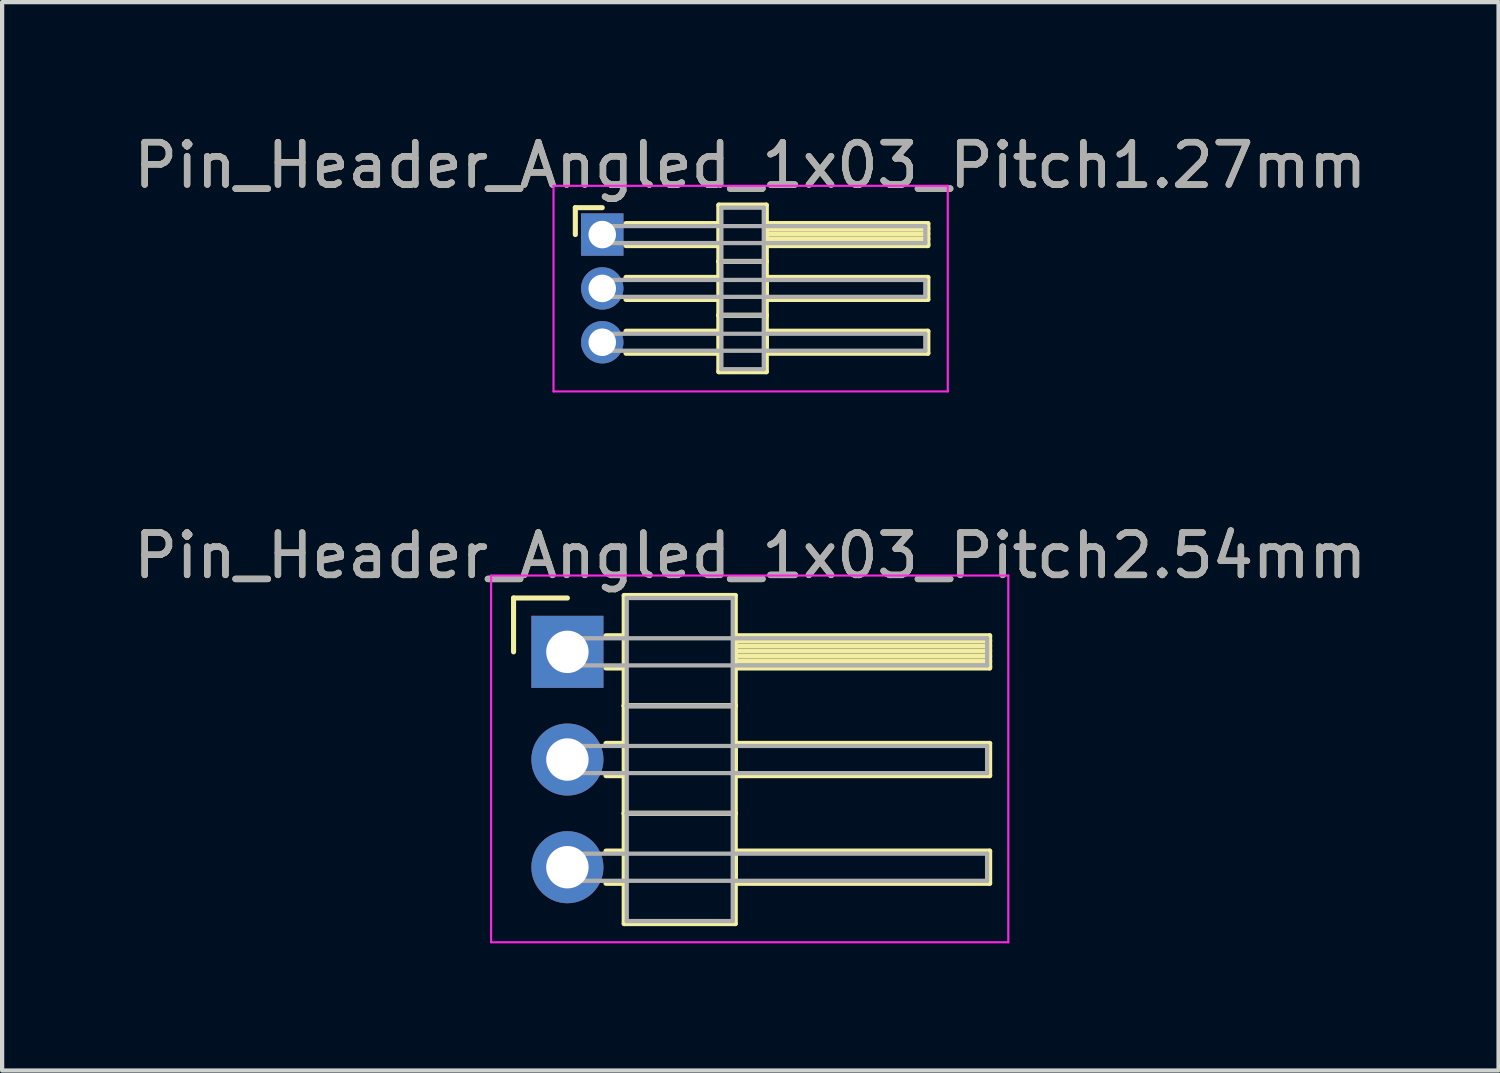
<source format=kicad_pcb>
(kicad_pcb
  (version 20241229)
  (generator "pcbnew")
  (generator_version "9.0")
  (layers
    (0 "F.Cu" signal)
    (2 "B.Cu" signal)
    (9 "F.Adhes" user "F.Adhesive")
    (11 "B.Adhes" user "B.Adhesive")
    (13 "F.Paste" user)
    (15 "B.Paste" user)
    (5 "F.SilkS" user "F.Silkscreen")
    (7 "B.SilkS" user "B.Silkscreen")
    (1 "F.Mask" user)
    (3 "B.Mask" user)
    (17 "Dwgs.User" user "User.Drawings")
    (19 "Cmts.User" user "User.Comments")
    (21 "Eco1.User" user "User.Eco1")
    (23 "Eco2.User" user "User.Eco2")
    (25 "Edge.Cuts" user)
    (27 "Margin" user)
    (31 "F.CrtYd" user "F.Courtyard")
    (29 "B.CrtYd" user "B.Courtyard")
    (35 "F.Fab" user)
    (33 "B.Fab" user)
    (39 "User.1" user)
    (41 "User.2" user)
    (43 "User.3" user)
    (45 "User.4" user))
  (footprint "Pin_Header_Angled_1x03_Pitch2.54mm"
    (layer "F.Cu")
    (at 10.334 12.326)
    (property "Reference" "Pin_Header_Angled_1x03_Pitch2.54mm" (at 4.315 -2.27 0) (layer "F.SilkS") (effects (font (size 1 1) (thickness 0.15))))
    (attr through_hole)
    (fp_line (start -1.27 -1.27) (end 0 -1.27) (stroke (width 0.12) (type solid)) (layer "F.SilkS"))
    (fp_line (start -1.27 0) (end -1.27 -1.27) (stroke (width 0.12) (type solid)) (layer "F.SilkS"))
    (fp_line (start 0.91 -0.38) (end 1.34 -0.38) (stroke (width 0.12) (type solid)) (layer "F.SilkS"))
    (fp_line (start 0.91 0.38) (end 1.34 0.38) (stroke (width 0.12) (type solid)) (layer "F.SilkS"))
    (fp_line (start 0.91 2.16) (end 1.34 2.16) (stroke (width 0.12) (type solid)) (layer "F.SilkS"))
    (fp_line (start 0.91 2.92) (end 1.34 2.92) (stroke (width 0.12) (type solid)) (layer "F.SilkS"))
    (fp_line (start 0.91 4.7) (end 1.34 4.7) (stroke (width 0.12) (type solid)) (layer "F.SilkS"))
    (fp_line (start 0.91 5.46) (end 1.34 5.46) (stroke (width 0.12) (type solid)) (layer "F.SilkS"))
    (fp_line (start 1.34 -1.33) (end 1.34 1.27) (stroke (width 0.12) (type solid)) (layer "F.SilkS"))
    (fp_line (start 1.34 1.27) (end 1.34 3.81) (stroke (width 0.12) (type solid)) (layer "F.SilkS"))
    (fp_line (start 1.34 1.27) (end 3.96 1.27) (stroke (width 0.12) (type solid)) (layer "F.SilkS"))
    (fp_line (start 1.34 3.81) (end 1.34 6.41) (stroke (width 0.12) (type solid)) (layer "F.SilkS"))
    (fp_line (start 1.34 3.81) (end 3.96 3.81) (stroke (width 0.12) (type solid)) (layer "F.SilkS"))
    (fp_line (start 1.34 6.41) (end 3.96 6.41) (stroke (width 0.12) (type solid)) (layer "F.SilkS"))
    (fp_line (start 3.96 -1.33) (end 1.34 -1.33) (stroke (width 0.12) (type solid)) (layer "F.SilkS"))
    (fp_line (start 3.96 -0.38) (end 3.96 0.38) (stroke (width 0.12) (type solid)) (layer "F.SilkS"))
    (fp_line (start 3.96 -0.26) (end 9.96 -0.26) (stroke (width 0.12) (type solid)) (layer "F.SilkS"))
    (fp_line (start 3.96 -0.14) (end 9.96 -0.14) (stroke (width 0.12) (type solid)) (layer "F.SilkS"))
    (fp_line (start 3.96 -0.02) (end 9.96 -0.02) (stroke (width 0.12) (type solid)) (layer "F.SilkS"))
    (fp_line (start 3.96 0.1) (end 9.96 0.1) (stroke (width 0.12) (type solid)) (layer "F.SilkS"))
    (fp_line (start 3.96 0.22) (end 9.96 0.22) (stroke (width 0.12) (type solid)) (layer "F.SilkS"))
    (fp_line (start 3.96 0.34) (end 9.96 0.34) (stroke (width 0.12) (type solid)) (layer "F.SilkS"))
    (fp_line (start 3.96 0.38) (end 9.96 0.38) (stroke (width 0.12) (type solid)) (layer "F.SilkS"))
    (fp_line (start 3.96 1.27) (end 1.34 1.27) (stroke (width 0.12) (type solid)) (layer "F.SilkS"))
    (fp_line (start 3.96 1.27) (end 3.96 -1.33) (stroke (width 0.12) (type solid)) (layer "F.SilkS"))
    (fp_line (start 3.96 2.16) (end 3.96 2.92) (stroke (width 0.12) (type solid)) (layer "F.SilkS"))
    (fp_line (start 3.96 2.92) (end 9.96 2.92) (stroke (width 0.12) (type solid)) (layer "F.SilkS"))
    (fp_line (start 3.96 3.81) (end 1.34 3.81) (stroke (width 0.12) (type solid)) (layer "F.SilkS"))
    (fp_line (start 3.96 3.81) (end 3.96 1.27) (stroke (width 0.12) (type solid)) (layer "F.SilkS"))
    (fp_line (start 3.96 4.7) (end 3.96 5.46) (stroke (width 0.12) (type solid)) (layer "F.SilkS"))
    (fp_line (start 3.96 5.46) (end 9.96 5.46) (stroke (width 0.12) (type solid)) (layer "F.SilkS"))
    (fp_line (start 3.96 6.41) (end 3.96 3.81) (stroke (width 0.12) (type solid)) (layer "F.SilkS"))
    (fp_line (start 9.96 -0.38) (end 3.96 -0.38) (stroke (width 0.12) (type solid)) (layer "F.SilkS"))
    (fp_line (start 9.96 0.38) (end 9.96 -0.38) (stroke (width 0.12) (type solid)) (layer "F.SilkS"))
    (fp_line (start 9.96 2.16) (end 3.96 2.16) (stroke (width 0.12) (type solid)) (layer "F.SilkS"))
    (fp_line (start 9.96 2.92) (end 9.96 2.16) (stroke (width 0.12) (type solid)) (layer "F.SilkS"))
    (fp_line (start 9.96 4.7) (end 3.96 4.7) (stroke (width 0.12) (type solid)) (layer "F.SilkS"))
    (fp_line (start 9.96 5.46) (end 9.96 4.7) (stroke (width 0.12) (type solid)) (layer "F.SilkS"))
    (fp_line (start -1.8 -1.8) (end -1.8 6.85) (stroke (width 0.05) (type solid)) (layer "F.CrtYd"))
    (fp_line (start -1.8 6.85) (end 10.4 6.85) (stroke (width 0.05) (type solid)) (layer "F.CrtYd"))
    (fp_line (start 10.4 -1.8) (end -1.8 -1.8) (stroke (width 0.05) (type solid)) (layer "F.CrtYd"))
    (fp_line (start 10.4 6.85) (end 10.4 -1.8) (stroke (width 0.05) (type solid)) (layer "F.CrtYd"))
    (fp_line (start 0 -0.32) (end 0 0.32) (stroke (width 0.1) (type solid)) (layer "F.Fab"))
    (fp_line (start 0 0.32) (end 9.9 0.32) (stroke (width 0.1) (type solid)) (layer "F.Fab"))
    (fp_line (start 0 2.22) (end 0 2.86) (stroke (width 0.1) (type solid)) (layer "F.Fab"))
    (fp_line (start 0 2.86) (end 9.9 2.86) (stroke (width 0.1) (type solid)) (layer "F.Fab"))
    (fp_line (start 0 4.76) (end 0 5.4) (stroke (width 0.1) (type solid)) (layer "F.Fab"))
    (fp_line (start 0 5.4) (end 9.9 5.4) (stroke (width 0.1) (type solid)) (layer "F.Fab"))
    (fp_line (start 1.4 -1.27) (end 1.4 1.27) (stroke (width 0.1) (type solid)) (layer "F.Fab"))
    (fp_line (start 1.4 1.27) (end 1.4 3.81) (stroke (width 0.1) (type solid)) (layer "F.Fab"))
    (fp_line (start 1.4 1.27) (end 3.9 1.27) (stroke (width 0.1) (type solid)) (layer "F.Fab"))
    (fp_line (start 1.4 3.81) (end 1.4 6.35) (stroke (width 0.1) (type solid)) (layer "F.Fab"))
    (fp_line (start 1.4 3.81) (end 3.9 3.81) (stroke (width 0.1) (type solid)) (layer "F.Fab"))
    (fp_line (start 1.4 6.35) (end 3.9 6.35) (stroke (width 0.1) (type solid)) (layer "F.Fab"))
    (fp_line (start 3.9 -1.27) (end 1.4 -1.27) (stroke (width 0.1) (type solid)) (layer "F.Fab"))
    (fp_line (start 3.9 1.27) (end 1.4 1.27) (stroke (width 0.1) (type solid)) (layer "F.Fab"))
    (fp_line (start 3.9 1.27) (end 3.9 -1.27) (stroke (width 0.1) (type solid)) (layer "F.Fab"))
    (fp_line (start 3.9 3.81) (end 1.4 3.81) (stroke (width 0.1) (type solid)) (layer "F.Fab"))
    (fp_line (start 3.9 3.81) (end 3.9 1.27) (stroke (width 0.1) (type solid)) (layer "F.Fab"))
    (fp_line (start 3.9 6.35) (end 3.9 3.81) (stroke (width 0.1) (type solid)) (layer "F.Fab"))
    (fp_line (start 9.9 -0.32) (end 0 -0.32) (stroke (width 0.1) (type solid)) (layer "F.Fab"))
    (fp_line (start 9.9 0.32) (end 9.9 -0.32) (stroke (width 0.1) (type solid)) (layer "F.Fab"))
    (fp_line (start 9.9 2.22) (end 0 2.22) (stroke (width 0.1) (type solid)) (layer "F.Fab"))
    (fp_line (start 9.9 2.86) (end 9.9 2.22) (stroke (width 0.1) (type solid)) (layer "F.Fab"))
    (fp_line (start 9.9 4.76) (end 0 4.76) (stroke (width 0.1) (type solid)) (layer "F.Fab"))
    (fp_line (start 9.9 5.4) (end 9.9 4.76) (stroke (width 0.1) (type solid)) (layer "F.Fab"))
    (fp_text user "${REFERENCE}" (at 4.315 -2.27 0) (layer "F.Fab") (effects (font (size 1 1) (thickness 0.15))))
    (pad "1" thru_hole rect (at 0 0) (size 1.7 1.7) (drill 1) (layers "*.Cu" "*.Mask"))
    (pad "2" thru_hole oval (at 0 2.54) (size 1.7 1.7) (drill 1) (layers "*.Cu" "*.Mask"))
    (pad "3" thru_hole oval (at 0 5.08) (size 1.7 1.7) (drill 1) (layers "*.Cu" "*.Mask")))
  (footprint "Pin_Header_Angled_1x03_Pitch1.27mm"
    (layer "F.Cu")
    (at 11.156 2.483)
    (property "Reference" "Pin_Header_Angled_1x03_Pitch1.27mm" (at 3.493 -1.635 0) (layer "F.SilkS") (effects (font (size 1 1) (thickness 0.15))))
    (attr through_hole)
    (fp_line (start -0.635 -0.635) (end 0 -0.635) (stroke (width 0.12) (type solid)) (layer "F.SilkS"))
    (fp_line (start -0.635 0) (end -0.635 -0.635) (stroke (width 0.12) (type solid)) (layer "F.SilkS"))
    (fp_line (start 0.56 -0.26) (end 2.75 -0.26) (stroke (width 0.12) (type solid)) (layer "F.SilkS"))
    (fp_line (start 0.56 0.26) (end 2.75 0.26) (stroke (width 0.12) (type solid)) (layer "F.SilkS"))
    (fp_line (start 0.56 1.01) (end 2.75 1.01) (stroke (width 0.12) (type solid)) (layer "F.SilkS"))
    (fp_line (start 0.56 1.53) (end 2.75 1.53) (stroke (width 0.12) (type solid)) (layer "F.SilkS"))
    (fp_line (start 0.56 2.28) (end 2.75 2.28) (stroke (width 0.12) (type solid)) (layer "F.SilkS"))
    (fp_line (start 0.56 2.8) (end 2.75 2.8) (stroke (width 0.12) (type solid)) (layer "F.SilkS"))
    (fp_line (start 2.75 -0.695) (end 2.75 0.635) (stroke (width 0.12) (type solid)) (layer "F.SilkS"))
    (fp_line (start 2.75 0.635) (end 2.75 1.905) (stroke (width 0.12) (type solid)) (layer "F.SilkS"))
    (fp_line (start 2.75 0.635) (end 3.87 0.635) (stroke (width 0.12) (type solid)) (layer "F.SilkS"))
    (fp_line (start 2.75 1.905) (end 2.75 3.235) (stroke (width 0.12) (type solid)) (layer "F.SilkS"))
    (fp_line (start 2.75 1.905) (end 3.87 1.905) (stroke (width 0.12) (type solid)) (layer "F.SilkS"))
    (fp_line (start 2.75 3.235) (end 3.87 3.235) (stroke (width 0.12) (type solid)) (layer "F.SilkS"))
    (fp_line (start 3.87 -0.695) (end 2.75 -0.695) (stroke (width 0.12) (type solid)) (layer "F.SilkS"))
    (fp_line (start 3.87 -0.26) (end 3.87 0.26) (stroke (width 0.12) (type solid)) (layer "F.SilkS"))
    (fp_line (start 3.87 -0.14) (end 7.68 -0.14) (stroke (width 0.12) (type solid)) (layer "F.SilkS"))
    (fp_line (start 3.87 -0.02) (end 7.68 -0.02) (stroke (width 0.12) (type solid)) (layer "F.SilkS"))
    (fp_line (start 3.87 0.1) (end 7.68 0.1) (stroke (width 0.12) (type solid)) (layer "F.SilkS"))
    (fp_line (start 3.87 0.22) (end 7.68 0.22) (stroke (width 0.12) (type solid)) (layer "F.SilkS"))
    (fp_line (start 3.87 0.26) (end 7.68 0.26) (stroke (width 0.12) (type solid)) (layer "F.SilkS"))
    (fp_line (start 3.87 0.635) (end 2.75 0.635) (stroke (width 0.12) (type solid)) (layer "F.SilkS"))
    (fp_line (start 3.87 0.635) (end 3.87 -0.695) (stroke (width 0.12) (type solid)) (layer "F.SilkS"))
    (fp_line (start 3.87 1.01) (end 3.87 1.53) (stroke (width 0.12) (type solid)) (layer "F.SilkS"))
    (fp_line (start 3.87 1.53) (end 7.68 1.53) (stroke (width 0.12) (type solid)) (layer "F.SilkS"))
    (fp_line (start 3.87 1.905) (end 2.75 1.905) (stroke (width 0.12) (type solid)) (layer "F.SilkS"))
    (fp_line (start 3.87 1.905) (end 3.87 0.635) (stroke (width 0.12) (type solid)) (layer "F.SilkS"))
    (fp_line (start 3.87 2.28) (end 3.87 2.8) (stroke (width 0.12) (type solid)) (layer "F.SilkS"))
    (fp_line (start 3.87 2.8) (end 7.68 2.8) (stroke (width 0.12) (type solid)) (layer "F.SilkS"))
    (fp_line (start 3.87 3.235) (end 3.87 1.905) (stroke (width 0.12) (type solid)) (layer "F.SilkS"))
    (fp_line (start 7.68 -0.26) (end 3.87 -0.26) (stroke (width 0.12) (type solid)) (layer "F.SilkS"))
    (fp_line (start 7.68 0.26) (end 7.68 -0.26) (stroke (width 0.12) (type solid)) (layer "F.SilkS"))
    (fp_line (start 7.68 1.01) (end 3.87 1.01) (stroke (width 0.12) (type solid)) (layer "F.SilkS"))
    (fp_line (start 7.68 1.53) (end 7.68 1.01) (stroke (width 0.12) (type solid)) (layer "F.SilkS"))
    (fp_line (start 7.68 2.28) (end 3.87 2.28) (stroke (width 0.12) (type solid)) (layer "F.SilkS"))
    (fp_line (start 7.68 2.8) (end 7.68 2.28) (stroke (width 0.12) (type solid)) (layer "F.SilkS"))
    (fp_line (start -1.15 -1.15) (end -1.15 3.7) (stroke (width 0.05) (type solid)) (layer "F.CrtYd"))
    (fp_line (start -1.15 3.7) (end 8.15 3.7) (stroke (width 0.05) (type solid)) (layer "F.CrtYd"))
    (fp_line (start 8.15 -1.15) (end -1.15 -1.15) (stroke (width 0.05) (type solid)) (layer "F.CrtYd"))
    (fp_line (start 8.15 3.7) (end 8.15 -1.15) (stroke (width 0.05) (type solid)) (layer "F.CrtYd"))
    (fp_line (start 0 -0.2) (end 0 0.2) (stroke (width 0.1) (type solid)) (layer "F.Fab"))
    (fp_line (start 0 0.2) (end 7.62 0.2) (stroke (width 0.1) (type solid)) (layer "F.Fab"))
    (fp_line (start 0 1.07) (end 0 1.47) (stroke (width 0.1) (type solid)) (layer "F.Fab"))
    (fp_line (start 0 1.47) (end 7.62 1.47) (stroke (width 0.1) (type solid)) (layer "F.Fab"))
    (fp_line (start 0 2.34) (end 0 2.74) (stroke (width 0.1) (type solid)) (layer "F.Fab"))
    (fp_line (start 0 2.74) (end 7.62 2.74) (stroke (width 0.1) (type solid)) (layer "F.Fab"))
    (fp_line (start 2.81 -0.635) (end 2.81 0.635) (stroke (width 0.1) (type solid)) (layer "F.Fab"))
    (fp_line (start 2.81 0.635) (end 2.81 1.905) (stroke (width 0.1) (type solid)) (layer "F.Fab"))
    (fp_line (start 2.81 0.635) (end 3.81 0.635) (stroke (width 0.1) (type solid)) (layer "F.Fab"))
    (fp_line (start 2.81 1.905) (end 2.81 3.175) (stroke (width 0.1) (type solid)) (layer "F.Fab"))
    (fp_line (start 2.81 1.905) (end 3.81 1.905) (stroke (width 0.1) (type solid)) (layer "F.Fab"))
    (fp_line (start 2.81 3.175) (end 3.81 3.175) (stroke (width 0.1) (type solid)) (layer "F.Fab"))
    (fp_line (start 3.81 -0.635) (end 2.81 -0.635) (stroke (width 0.1) (type solid)) (layer "F.Fab"))
    (fp_line (start 3.81 0.635) (end 2.81 0.635) (stroke (width 0.1) (type solid)) (layer "F.Fab"))
    (fp_line (start 3.81 0.635) (end 3.81 -0.635) (stroke (width 0.1) (type solid)) (layer "F.Fab"))
    (fp_line (start 3.81 1.905) (end 2.81 1.905) (stroke (width 0.1) (type solid)) (layer "F.Fab"))
    (fp_line (start 3.81 1.905) (end 3.81 0.635) (stroke (width 0.1) (type solid)) (layer "F.Fab"))
    (fp_line (start 3.81 3.175) (end 3.81 1.905) (stroke (width 0.1) (type solid)) (layer "F.Fab"))
    (fp_line (start 7.62 -0.2) (end 0 -0.2) (stroke (width 0.1) (type solid)) (layer "F.Fab"))
    (fp_line (start 7.62 0.2) (end 7.62 -0.2) (stroke (width 0.1) (type solid)) (layer "F.Fab"))
    (fp_line (start 7.62 1.07) (end 0 1.07) (stroke (width 0.1) (type solid)) (layer "F.Fab"))
    (fp_line (start 7.62 1.47) (end 7.62 1.07) (stroke (width 0.1) (type solid)) (layer "F.Fab"))
    (fp_line (start 7.62 2.34) (end 0 2.34) (stroke (width 0.1) (type solid)) (layer "F.Fab"))
    (fp_line (start 7.62 2.74) (end 7.62 2.34) (stroke (width 0.1) (type solid)) (layer "F.Fab"))
    (fp_text user "${REFERENCE}" (at 3.493 -1.635 0) (layer "F.Fab") (effects (font (size 1 1) (thickness 0.15))))
    (pad "1" thru_hole rect (at 0 0) (size 1 1) (drill 0.65) (layers "*.Cu" "*.Mask"))
    (pad "2" thru_hole oval (at 0 1.27) (size 1 1) (drill 0.65) (layers "*.Cu" "*.Mask"))
    (pad "3" thru_hole oval (at 0 2.54) (size 1 1) (drill 0.65) (layers "*.Cu" "*.Mask")))
  (gr_rect
    (start -3 -3)
    (end 32.298 22.201)
    (stroke (width 0.1) (type default))
    (fill no)
    (layer "Edge.Cuts")))
</source>
